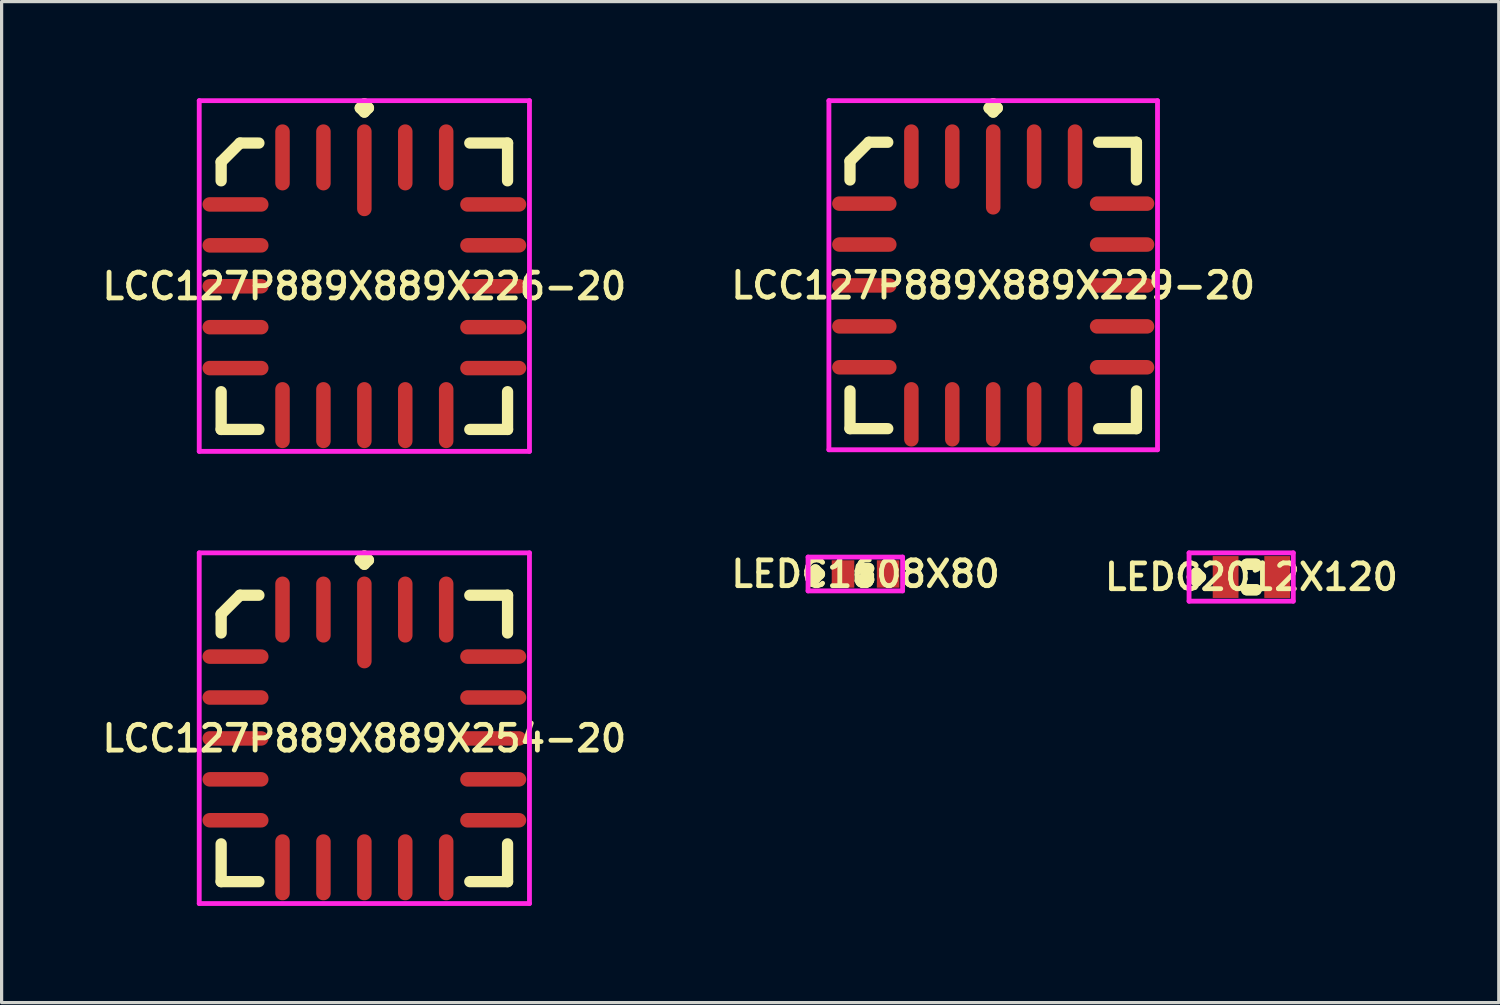
<source format=kicad_pcb>
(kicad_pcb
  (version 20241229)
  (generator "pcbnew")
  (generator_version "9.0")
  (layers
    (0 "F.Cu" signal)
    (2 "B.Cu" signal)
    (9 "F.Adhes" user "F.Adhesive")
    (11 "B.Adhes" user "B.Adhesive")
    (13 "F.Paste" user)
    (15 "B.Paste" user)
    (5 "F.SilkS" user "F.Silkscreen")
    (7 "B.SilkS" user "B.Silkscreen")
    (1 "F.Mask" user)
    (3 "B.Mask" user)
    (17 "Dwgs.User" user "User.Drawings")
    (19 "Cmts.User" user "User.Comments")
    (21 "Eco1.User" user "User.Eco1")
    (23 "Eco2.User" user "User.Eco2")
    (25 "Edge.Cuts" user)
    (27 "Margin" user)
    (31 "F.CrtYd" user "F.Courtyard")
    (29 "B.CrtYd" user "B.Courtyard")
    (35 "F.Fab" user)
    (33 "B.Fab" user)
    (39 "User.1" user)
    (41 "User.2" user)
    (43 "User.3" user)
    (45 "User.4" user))
  (footprint "LCC127P889X889X226-20"
    (layer "F.Cu")
    (at 8.259 5.835)
    (property "Reference" "LCC127P889X889X226-20" (at 0 0 0) (layer "F.SilkS") (effects (font (size 0.8 0.8) (thickness 0.15))))
    (attr smd)
    (fp_line (start -4.445 -3.859) (end -3.859 -4.445) (stroke (width 0.35) (type solid)) (layer "F.SilkS"))
    (fp_line (start -4.445 -3.273) (end -4.445 -3.859) (stroke (width 0.35) (type solid)) (layer "F.SilkS"))
    (fp_line (start -4.445 3.273) (end -4.445 4.445) (stroke (width 0.35) (type solid)) (layer "F.SilkS"))
    (fp_line (start -4.445 4.445) (end -3.273 4.445) (stroke (width 0.35) (type solid)) (layer "F.SilkS"))
    (fp_line (start -3.859 -4.445) (end -3.273 -4.445) (stroke (width 0.35) (type solid)) (layer "F.SilkS"))
    (fp_line (start -0.127 -5.533) (end 0 -5.66) (stroke (width 0.35) (type solid)) (layer "F.SilkS"))
    (fp_line (start 0 -5.66) (end 0.127 -5.533) (stroke (width 0.35) (type solid)) (layer "F.SilkS"))
    (fp_line (start 0 -5.406) (end -0.127 -5.533) (stroke (width 0.35) (type solid)) (layer "F.SilkS"))
    (fp_line (start 0.127 -5.533) (end 0 -5.406) (stroke (width 0.35) (type solid)) (layer "F.SilkS"))
    (fp_line (start 4.445 -4.445) (end 3.273 -4.445) (stroke (width 0.35) (type solid)) (layer "F.SilkS"))
    (fp_line (start 4.445 -3.273) (end 4.445 -4.445) (stroke (width 0.35) (type solid)) (layer "F.SilkS"))
    (fp_line (start 4.445 3.273) (end 4.445 4.445) (stroke (width 0.35) (type solid)) (layer "F.SilkS"))
    (fp_line (start 4.445 4.445) (end 3.273 4.445) (stroke (width 0.35) (type solid)) (layer "F.SilkS"))
    (fp_line (start -5.125 -5.76) (end 5.125 -5.76) (stroke (width 0.15) (type solid)) (layer "F.CrtYd"))
    (fp_line (start -5.125 5.125) (end -5.125 -5.76) (stroke (width 0.15) (type solid)) (layer "F.CrtYd"))
    (fp_line (start 5.125 -5.76) (end 5.125 5.125) (stroke (width 0.15) (type solid)) (layer "F.CrtYd"))
    (fp_line (start 5.125 5.125) (end -5.125 5.125) (stroke (width 0.15) (type solid)) (layer "F.CrtYd"))
    (pad "1" smd oval (at 0 -3.6) (size 0.45 2.85) (layers "F.Cu" "F.Mask" "F.Paste"))
    (pad "2" smd oval (at -1.27 -4) (size 0.45 2.05) (layers "F.Cu" "F.Mask" "F.Paste"))
    (pad "3" smd oval (at -2.54 -4) (size 0.45 2.05) (layers "F.Cu" "F.Mask" "F.Paste"))
    (pad "4" smd oval (at -4 -2.54) (size 2.05 0.45) (layers "F.Cu" "F.Mask" "F.Paste"))
    (pad "5" smd oval (at -4 -1.27) (size 2.05 0.45) (layers "F.Cu" "F.Mask" "F.Paste"))
    (pad "6" smd oval (at -4 0) (size 2.05 0.45) (layers "F.Cu" "F.Mask" "F.Paste"))
    (pad "7" smd oval (at -4 1.27) (size 2.05 0.45) (layers "F.Cu" "F.Mask" "F.Paste"))
    (pad "8" smd oval (at -4 2.54) (size 2.05 0.45) (layers "F.Cu" "F.Mask" "F.Paste"))
    (pad "9" smd oval (at -2.54 4) (size 0.45 2.05) (layers "F.Cu" "F.Mask" "F.Paste"))
    (pad "10" smd oval (at -1.27 4) (size 0.45 2.05) (layers "F.Cu" "F.Mask" "F.Paste"))
    (pad "11" smd oval (at 0 4) (size 0.45 2.05) (layers "F.Cu" "F.Mask" "F.Paste"))
    (pad "12" smd oval (at 1.27 4) (size 0.45 2.05) (layers "F.Cu" "F.Mask" "F.Paste"))
    (pad "13" smd oval (at 2.54 4) (size 0.45 2.05) (layers "F.Cu" "F.Mask" "F.Paste"))
    (pad "14" smd oval (at 4 2.54) (size 2.05 0.45) (layers "F.Cu" "F.Mask" "F.Paste"))
    (pad "15" smd oval (at 4 1.27) (size 2.05 0.45) (layers "F.Cu" "F.Mask" "F.Paste"))
    (pad "16" smd oval (at 4 0) (size 2.05 0.45) (layers "F.Cu" "F.Mask" "F.Paste"))
    (pad "17" smd oval (at 4 -1.27) (size 2.05 0.45) (layers "F.Cu" "F.Mask" "F.Paste"))
    (pad "18" smd oval (at 4 -2.54) (size 2.05 0.45) (layers "F.Cu" "F.Mask" "F.Paste"))
    (pad "19" smd oval (at 2.54 -4) (size 0.45 2.05) (layers "F.Cu" "F.Mask" "F.Paste"))
    (pad "20" smd oval (at 1.27 -4) (size 0.45 2.05) (layers "F.Cu" "F.Mask" "F.Paste")))
  (footprint "LCC127P889X889X254-20"
    (layer "F.Cu")
    (at 8.259 19.87)
    (property "Reference" "LCC127P889X889X254-20" (at 0 0 0) (layer "F.SilkS") (effects (font (size 0.8 0.8) (thickness 0.15))))
    (attr smd)
    (fp_line (start -4.445 -3.859) (end -3.859 -4.445) (stroke (width 0.35) (type solid)) (layer "F.SilkS"))
    (fp_line (start -4.445 -3.273) (end -4.445 -3.859) (stroke (width 0.35) (type solid)) (layer "F.SilkS"))
    (fp_line (start -4.445 3.273) (end -4.445 4.445) (stroke (width 0.35) (type solid)) (layer "F.SilkS"))
    (fp_line (start -4.445 4.445) (end -3.273 4.445) (stroke (width 0.35) (type solid)) (layer "F.SilkS"))
    (fp_line (start -3.859 -4.445) (end -3.273 -4.445) (stroke (width 0.35) (type solid)) (layer "F.SilkS"))
    (fp_line (start -0.127 -5.533) (end 0 -5.66) (stroke (width 0.35) (type solid)) (layer "F.SilkS"))
    (fp_line (start 0 -5.66) (end 0.127 -5.533) (stroke (width 0.35) (type solid)) (layer "F.SilkS"))
    (fp_line (start 0 -5.406) (end -0.127 -5.533) (stroke (width 0.35) (type solid)) (layer "F.SilkS"))
    (fp_line (start 0.127 -5.533) (end 0 -5.406) (stroke (width 0.35) (type solid)) (layer "F.SilkS"))
    (fp_line (start 4.445 -4.445) (end 3.273 -4.445) (stroke (width 0.35) (type solid)) (layer "F.SilkS"))
    (fp_line (start 4.445 -3.273) (end 4.445 -4.445) (stroke (width 0.35) (type solid)) (layer "F.SilkS"))
    (fp_line (start 4.445 3.273) (end 4.445 4.445) (stroke (width 0.35) (type solid)) (layer "F.SilkS"))
    (fp_line (start 4.445 4.445) (end 3.273 4.445) (stroke (width 0.35) (type solid)) (layer "F.SilkS"))
    (fp_line (start -5.125 -5.76) (end 5.125 -5.76) (stroke (width 0.15) (type solid)) (layer "F.CrtYd"))
    (fp_line (start -5.125 5.125) (end -5.125 -5.76) (stroke (width 0.15) (type solid)) (layer "F.CrtYd"))
    (fp_line (start 5.125 -5.76) (end 5.125 5.125) (stroke (width 0.15) (type solid)) (layer "F.CrtYd"))
    (fp_line (start 5.125 5.125) (end -5.125 5.125) (stroke (width 0.15) (type solid)) (layer "F.CrtYd"))
    (pad "1" smd oval (at 0 -3.6) (size 0.45 2.85) (layers "F.Cu" "F.Mask" "F.Paste"))
    (pad "2" smd oval (at -1.27 -4) (size 0.45 2.05) (layers "F.Cu" "F.Mask" "F.Paste"))
    (pad "3" smd oval (at -2.54 -4) (size 0.45 2.05) (layers "F.Cu" "F.Mask" "F.Paste"))
    (pad "4" smd oval (at -4 -2.54) (size 2.05 0.45) (layers "F.Cu" "F.Mask" "F.Paste"))
    (pad "5" smd oval (at -4 -1.27) (size 2.05 0.45) (layers "F.Cu" "F.Mask" "F.Paste"))
    (pad "6" smd oval (at -4 0) (size 2.05 0.45) (layers "F.Cu" "F.Mask" "F.Paste"))
    (pad "7" smd oval (at -4 1.27) (size 2.05 0.45) (layers "F.Cu" "F.Mask" "F.Paste"))
    (pad "8" smd oval (at -4 2.54) (size 2.05 0.45) (layers "F.Cu" "F.Mask" "F.Paste"))
    (pad "9" smd oval (at -2.54 4) (size 0.45 2.05) (layers "F.Cu" "F.Mask" "F.Paste"))
    (pad "10" smd oval (at -1.27 4) (size 0.45 2.05) (layers "F.Cu" "F.Mask" "F.Paste"))
    (pad "11" smd oval (at 0 4) (size 0.45 2.05) (layers "F.Cu" "F.Mask" "F.Paste"))
    (pad "12" smd oval (at 1.27 4) (size 0.45 2.05) (layers "F.Cu" "F.Mask" "F.Paste"))
    (pad "13" smd oval (at 2.54 4) (size 0.45 2.05) (layers "F.Cu" "F.Mask" "F.Paste"))
    (pad "14" smd oval (at 4 2.54) (size 2.05 0.45) (layers "F.Cu" "F.Mask" "F.Paste"))
    (pad "15" smd oval (at 4 1.27) (size 2.05 0.45) (layers "F.Cu" "F.Mask" "F.Paste"))
    (pad "16" smd oval (at 4 0) (size 2.05 0.45) (layers "F.Cu" "F.Mask" "F.Paste"))
    (pad "17" smd oval (at 4 -1.27) (size 2.05 0.45) (layers "F.Cu" "F.Mask" "F.Paste"))
    (pad "18" smd oval (at 4 -2.54) (size 2.05 0.45) (layers "F.Cu" "F.Mask" "F.Paste"))
    (pad "19" smd oval (at 2.54 -4) (size 0.45 2.05) (layers "F.Cu" "F.Mask" "F.Paste"))
    (pad "20" smd oval (at 1.27 -4) (size 0.45 2.05) (layers "F.Cu" "F.Mask" "F.Paste")))
  (footprint "LCC127P889X889X229-20"
    (layer "F.Cu")
    (at 27.778 5.81)
    (property "Reference" "LCC127P889X889X229-20" (at 0 0 0) (layer "F.SilkS") (effects (font (size 0.8 0.8) (thickness 0.15))))
    (attr smd)
    (fp_line (start -4.445 -3.859) (end -3.859 -4.445) (stroke (width 0.35) (type solid)) (layer "F.SilkS"))
    (fp_line (start -4.445 -3.273) (end -4.445 -3.859) (stroke (width 0.35) (type solid)) (layer "F.SilkS"))
    (fp_line (start -4.445 3.273) (end -4.445 4.445) (stroke (width 0.35) (type solid)) (layer "F.SilkS"))
    (fp_line (start -4.445 4.445) (end -3.273 4.445) (stroke (width 0.35) (type solid)) (layer "F.SilkS"))
    (fp_line (start -3.859 -4.445) (end -3.273 -4.445) (stroke (width 0.35) (type solid)) (layer "F.SilkS"))
    (fp_line (start -0.127 -5.508) (end 0 -5.635) (stroke (width 0.35) (type solid)) (layer "F.SilkS"))
    (fp_line (start 0 -5.635) (end 0.127 -5.508) (stroke (width 0.35) (type solid)) (layer "F.SilkS"))
    (fp_line (start 0 -5.381) (end -0.127 -5.508) (stroke (width 0.35) (type solid)) (layer "F.SilkS"))
    (fp_line (start 0.127 -5.508) (end 0 -5.381) (stroke (width 0.35) (type solid)) (layer "F.SilkS"))
    (fp_line (start 4.445 -4.445) (end 3.273 -4.445) (stroke (width 0.35) (type solid)) (layer "F.SilkS"))
    (fp_line (start 4.445 -3.273) (end 4.445 -4.445) (stroke (width 0.35) (type solid)) (layer "F.SilkS"))
    (fp_line (start 4.445 3.273) (end 4.445 4.445) (stroke (width 0.35) (type solid)) (layer "F.SilkS"))
    (fp_line (start 4.445 4.445) (end 3.273 4.445) (stroke (width 0.35) (type solid)) (layer "F.SilkS"))
    (fp_line (start -5.1 -5.735) (end 5.1 -5.735) (stroke (width 0.15) (type solid)) (layer "F.CrtYd"))
    (fp_line (start -5.1 5.1) (end -5.1 -5.735) (stroke (width 0.15) (type solid)) (layer "F.CrtYd"))
    (fp_line (start 5.1 -5.735) (end 5.1 5.1) (stroke (width 0.15) (type solid)) (layer "F.CrtYd"))
    (fp_line (start 5.1 5.1) (end -5.1 5.1) (stroke (width 0.15) (type solid)) (layer "F.CrtYd"))
    (pad "1" smd oval (at 0 -3.6) (size 0.45 2.8) (layers "F.Cu" "F.Mask" "F.Paste"))
    (pad "2" smd oval (at -1.27 -4) (size 0.45 2) (layers "F.Cu" "F.Mask" "F.Paste"))
    (pad "3" smd oval (at -2.54 -4) (size 0.45 2) (layers "F.Cu" "F.Mask" "F.Paste"))
    (pad "4" smd oval (at -4 -2.54) (size 2 0.45) (layers "F.Cu" "F.Mask" "F.Paste"))
    (pad "5" smd oval (at -4 -1.27) (size 2 0.45) (layers "F.Cu" "F.Mask" "F.Paste"))
    (pad "6" smd oval (at -4 0) (size 2 0.45) (layers "F.Cu" "F.Mask" "F.Paste"))
    (pad "7" smd oval (at -4 1.27) (size 2 0.45) (layers "F.Cu" "F.Mask" "F.Paste"))
    (pad "8" smd oval (at -4 2.54) (size 2 0.45) (layers "F.Cu" "F.Mask" "F.Paste"))
    (pad "9" smd oval (at -2.54 4) (size 0.45 2) (layers "F.Cu" "F.Mask" "F.Paste"))
    (pad "10" smd oval (at -1.27 4) (size 0.45 2) (layers "F.Cu" "F.Mask" "F.Paste"))
    (pad "11" smd oval (at 0 4) (size 0.45 2) (layers "F.Cu" "F.Mask" "F.Paste"))
    (pad "12" smd oval (at 1.27 4) (size 0.45 2) (layers "F.Cu" "F.Mask" "F.Paste"))
    (pad "13" smd oval (at 2.54 4) (size 0.45 2) (layers "F.Cu" "F.Mask" "F.Paste"))
    (pad "14" smd oval (at 4 2.54) (size 2 0.45) (layers "F.Cu" "F.Mask" "F.Paste"))
    (pad "15" smd oval (at 4 1.27) (size 2 0.45) (layers "F.Cu" "F.Mask" "F.Paste"))
    (pad "16" smd oval (at 4 0) (size 2 0.45) (layers "F.Cu" "F.Mask" "F.Paste"))
    (pad "17" smd oval (at 4 -1.27) (size 2 0.45) (layers "F.Cu" "F.Mask" "F.Paste"))
    (pad "18" smd oval (at 4 -2.54) (size 2 0.45) (layers "F.Cu" "F.Mask" "F.Paste"))
    (pad "19" smd oval (at 2.54 -4) (size 0.45 2) (layers "F.Cu" "F.Mask" "F.Paste"))
    (pad "20" smd oval (at 1.27 -4) (size 0.45 2) (layers "F.Cu" "F.Mask" "F.Paste")))
  (footprint "LEDC2012X120"
    (layer "F.Cu")
    (at 35.792 14.86)
    (property "Reference" "LEDC2012X120" (at 0 0 0) (layer "F.SilkS") (effects (font (size 0.8 0.8) (thickness 0.15))))
    (attr smd)
    (fp_line (start -1.835 0) (end -1.708 -0.127) (stroke (width 0.35) (type solid)) (layer "F.SilkS"))
    (fp_line (start -1.708 -0.127) (end -1.581 0) (stroke (width 0.35) (type solid)) (layer "F.SilkS"))
    (fp_line (start -1.708 0.127) (end -1.835 0) (stroke (width 0.35) (type solid)) (layer "F.SilkS"))
    (fp_line (start -1.581 0) (end -1.708 0.127) (stroke (width 0.35) (type solid)) (layer "F.SilkS"))
    (fp_line (start -0.146 -0.396) (end 0.146 -0.396) (stroke (width 0.35) (type solid)) (layer "F.SilkS"))
    (fp_line (start -0.146 0.396) (end 0.146 0.396) (stroke (width 0.35) (type solid)) (layer "F.SilkS"))
    (fp_line (start 0.146 -0.396) (end -0.146 -0.396) (stroke (width 0.35) (type solid)) (layer "F.SilkS"))
    (fp_line (start 0.146 0.396) (end -0.146 0.396) (stroke (width 0.35) (type solid)) (layer "F.SilkS"))
    (fp_line (start -1.935 -0.75) (end 1.3 -0.75) (stroke (width 0.15) (type solid)) (layer "F.CrtYd"))
    (fp_line (start -1.935 0.75) (end -1.935 -0.75) (stroke (width 0.15) (type solid)) (layer "F.CrtYd"))
    (fp_line (start 1.3 -0.75) (end 1.3 0.75) (stroke (width 0.15) (type solid)) (layer "F.CrtYd"))
    (fp_line (start 1.3 0.75) (end -1.935 0.75) (stroke (width 0.15) (type solid)) (layer "F.CrtYd"))
    (pad "1" smd rect (at -0.8 0) (size 0.8 1.3) (layers "F.Cu" "F.Mask" "F.Paste"))
    (pad "2" smd rect (at 0.8 0) (size 0.8 1.3) (layers "F.Cu" "F.Mask" "F.Paste")))
  (footprint "LEDC1608X80"
    (layer "F.Cu")
    (at 23.816 14.766)
    (property "Reference" "LEDC1608X80" (at 0 0 0) (layer "F.SilkS") (effects (font (size 0.8 0.8) (thickness 0.15))))
    (attr smd)
    (fp_line (start -1.685 0) (end -1.558 -0.127) (stroke (width 0.35) (type solid)) (layer "F.SilkS"))
    (fp_line (start -1.558 -0.127) (end -1.431 0) (stroke (width 0.35) (type solid)) (layer "F.SilkS"))
    (fp_line (start -1.558 0.127) (end -1.685 0) (stroke (width 0.35) (type solid)) (layer "F.SilkS"))
    (fp_line (start -1.431 0) (end -1.558 0.127) (stroke (width 0.35) (type solid)) (layer "F.SilkS"))
    (fp_line (start -0.096 -0.171) (end 0.096 -0.171) (stroke (width 0.35) (type solid)) (layer "F.SilkS"))
    (fp_line (start -0.096 0.171) (end 0.096 0.171) (stroke (width 0.35) (type solid)) (layer "F.SilkS"))
    (fp_line (start 0.096 -0.171) (end -0.096 -0.171) (stroke (width 0.35) (type solid)) (layer "F.SilkS"))
    (fp_line (start 0.096 0.171) (end -0.096 0.171) (stroke (width 0.35) (type solid)) (layer "F.SilkS"))
    (fp_line (start -1.785 -0.525) (end 1.15 -0.525) (stroke (width 0.15) (type solid)) (layer "F.CrtYd"))
    (fp_line (start -1.785 0.525) (end -1.785 -0.525) (stroke (width 0.15) (type solid)) (layer "F.CrtYd"))
    (fp_line (start 1.15 -0.525) (end 1.15 0.525) (stroke (width 0.15) (type solid)) (layer "F.CrtYd"))
    (fp_line (start 1.15 0.525) (end -1.785 0.525) (stroke (width 0.15) (type solid)) (layer "F.CrtYd"))
    (pad "1" smd rect (at -0.7 0) (size 0.7 0.85) (layers "F.Cu" "F.Mask" "F.Paste"))
    (pad "2" smd rect (at 0.7 0) (size 0.7 0.85) (layers "F.Cu" "F.Mask" "F.Paste")))
  (gr_rect
    (start -3 -3)
    (end 43.47 28.07)
    (stroke (width 0.1) (type default))
    (fill no)
    (layer "Edge.Cuts")))
</source>
